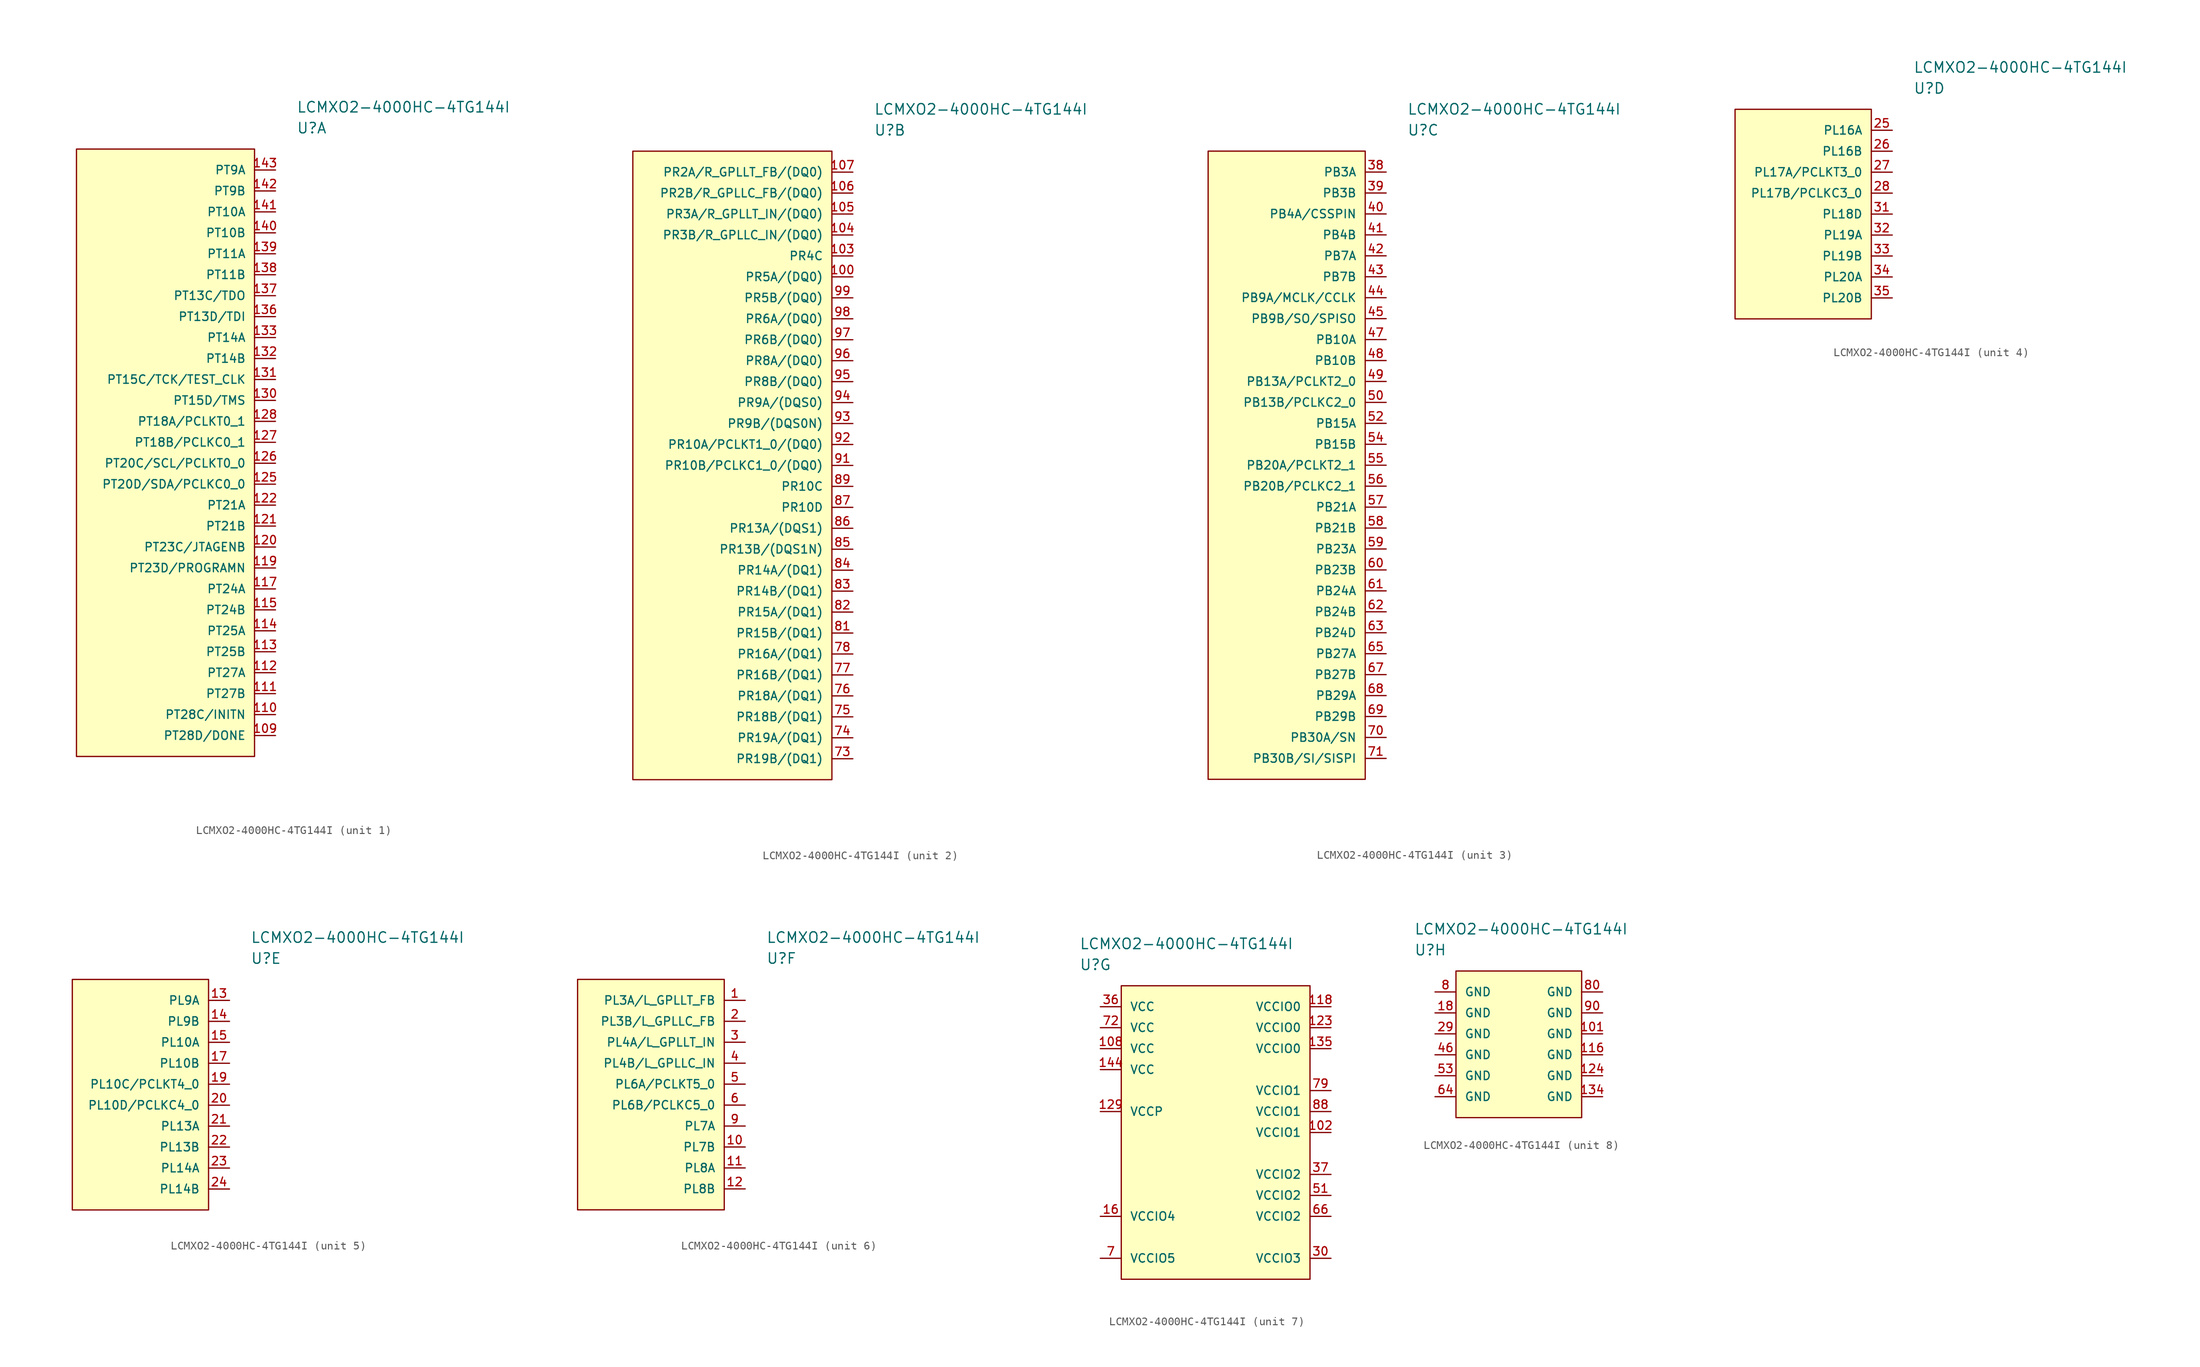
<source format=kicad_sym>
(kicad_symbol_lib
  (version 20220126)
  (generator kicad_symbol_editor)
  (symbol "LCMXO2-4000HC-4TG144I"
    (pin_names
      (offset 1.016))
    (property "Reference" "U"
      (at 0 5.08 0)
      (effects (font (size 1.27 1.27)) (justify left)))
    (property "Value" "LCMXO2-4000HC-4TG144I"
      (at 0 7.62 0)
      (effects (font (size 1.27 1.27)) (justify left)))
    (property "ki_locked" ""
      (at 0 0 0)
      (effects (font (size 1.27 1.27))))
    (symbol "LCMXO2-4000HC-4TG144I_1_1"
      (rectangle (start -26.67 2.54) (end -5.08 -71.12) (stroke (width 0) (type default)) (fill (type background)))
      (pin bidirectional line (at -2.54 -68.58 180) (length 2.54) (name "PT28D/DONE" (effects (font (size 1.016 1.016)))) (number "109" (effects (font (size 1.016 1.016)))))
      (pin bidirectional line (at -2.54 -66.04 180) (length 2.54) (name "PT28C/INITN" (effects (font (size 1.016 1.016)))) (number "110" (effects (font (size 1.016 1.016)))))
      (pin bidirectional line (at -2.54 -63.5 180) (length 2.54) (name "PT27B" (effects (font (size 1.016 1.016)))) (number "111" (effects (font (size 1.016 1.016)))))
      (pin bidirectional line (at -2.54 -60.96 180) (length 2.54) (name "PT27A" (effects (font (size 1.016 1.016)))) (number "112" (effects (font (size 1.016 1.016)))))
      (pin bidirectional line (at -2.54 -58.42 180) (length 2.54) (name "PT25B" (effects (font (size 1.016 1.016)))) (number "113" (effects (font (size 1.016 1.016)))))
      (pin bidirectional line (at -2.54 -55.88 180) (length 2.54) (name "PT25A" (effects (font (size 1.016 1.016)))) (number "114" (effects (font (size 1.016 1.016)))))
      (pin bidirectional line (at -2.54 -53.34 180) (length 2.54) (name "PT24B" (effects (font (size 1.016 1.016)))) (number "115" (effects (font (size 1.016 1.016)))))
      (pin bidirectional line (at -2.54 -50.8 180) (length 2.54) (name "PT24A" (effects (font (size 1.016 1.016)))) (number "117" (effects (font (size 1.016 1.016)))))
      (pin bidirectional line (at -2.54 -48.26 180) (length 2.54) (name "PT23D/PROGRAMN" (effects (font (size 1.016 1.016)))) (number "119" (effects (font (size 1.016 1.016)))))
      (pin bidirectional line (at -2.54 -45.72 180) (length 2.54) (name "PT23C/JTAGENB" (effects (font (size 1.016 1.016)))) (number "120" (effects (font (size 1.016 1.016)))))
      (pin bidirectional line (at -2.54 -43.18 180) (length 2.54) (name "PT21B" (effects (font (size 1.016 1.016)))) (number "121" (effects (font (size 1.016 1.016)))))
      (pin bidirectional line (at -2.54 -40.64 180) (length 2.54) (name "PT21A" (effects (font (size 1.016 1.016)))) (number "122" (effects (font (size 1.016 1.016)))))
      (pin bidirectional line (at -2.54 -38.1 180) (length 2.54) (name "PT20D/SDA/PCLKC0_0" (effects (font (size 1.016 1.016)))) (number "125" (effects (font (size 1.016 1.016)))))
      (pin bidirectional line (at -2.54 -35.56 180) (length 2.54) (name "PT20C/SCL/PCLKT0_0" (effects (font (size 1.016 1.016)))) (number "126" (effects (font (size 1.016 1.016)))))
      (pin bidirectional line (at -2.54 -33.02 180) (length 2.54) (name "PT18B/PCLKC0_1" (effects (font (size 1.016 1.016)))) (number "127" (effects (font (size 1.016 1.016)))))
      (pin bidirectional line (at -2.54 -30.48 180) (length 2.54) (name "PT18A/PCLKT0_1" (effects (font (size 1.016 1.016)))) (number "128" (effects (font (size 1.016 1.016)))))
      (pin bidirectional line (at -2.54 -27.94 180) (length 2.54) (name "PT15D/TMS" (effects (font (size 1.016 1.016)))) (number "130" (effects (font (size 1.016 1.016)))))
      (pin bidirectional line (at -2.54 -25.4 180) (length 2.54) (name "PT15C/TCK/TEST_CLK" (effects (font (size 1.016 1.016)))) (number "131" (effects (font (size 1.016 1.016)))))
      (pin bidirectional line (at -2.54 -22.86 180) (length 2.54) (name "PT14B" (effects (font (size 1.016 1.016)))) (number "132" (effects (font (size 1.016 1.016)))))
      (pin bidirectional line (at -2.54 -20.32 180) (length 2.54) (name "PT14A" (effects (font (size 1.016 1.016)))) (number "133" (effects (font (size 1.016 1.016)))))
      (pin bidirectional line (at -2.54 -17.78 180) (length 2.54) (name "PT13D/TDI" (effects (font (size 1.016 1.016)))) (number "136" (effects (font (size 1.016 1.016)))))
      (pin bidirectional line (at -2.54 -15.24 180) (length 2.54) (name "PT13C/TDO" (effects (font (size 1.016 1.016)))) (number "137" (effects (font (size 1.016 1.016)))))
      (pin bidirectional line (at -2.54 -12.7 180) (length 2.54) (name "PT11B" (effects (font (size 1.016 1.016)))) (number "138" (effects (font (size 1.016 1.016)))))
      (pin bidirectional line (at -2.54 -10.16 180) (length 2.54) (name "PT11A" (effects (font (size 1.016 1.016)))) (number "139" (effects (font (size 1.016 1.016)))))
      (pin bidirectional line (at -2.54 -7.62 180) (length 2.54) (name "PT10B" (effects (font (size 1.016 1.016)))) (number "140" (effects (font (size 1.016 1.016)))))
      (pin bidirectional line (at -2.54 -5.08 180) (length 2.54) (name "PT10A" (effects (font (size 1.016 1.016)))) (number "141" (effects (font (size 1.016 1.016)))))
      (pin bidirectional line (at -2.54 -2.54 180) (length 2.54) (name "PT9B" (effects (font (size 1.016 1.016)))) (number "142" (effects (font (size 1.016 1.016)))))
      (pin bidirectional line (at -2.54 0 180) (length 2.54) (name "PT9A" (effects (font (size 1.016 1.016)))) (number "143" (effects (font (size 1.016 1.016))))))
    (symbol "LCMXO2-4000HC-4TG144I_2_1"
      (rectangle (start -29.21 2.54) (end -5.08 -73.66) (stroke (width 0) (type default)) (fill (type background)))
      (pin bidirectional line (at -2.54 -12.7 180) (length 2.54) (name "PR5A/(DQ0)" (effects (font (size 1.016 1.016)))) (number "100" (effects (font (size 1.016 1.016)))))
      (pin bidirectional line (at -2.54 -10.16 180) (length 2.54) (name "PR4C" (effects (font (size 1.016 1.016)))) (number "103" (effects (font (size 1.016 1.016)))))
      (pin bidirectional line (at -2.54 -7.62 180) (length 2.54) (name "PR3B/R_GPLLC_IN/(DQ0)" (effects (font (size 1.016 1.016)))) (number "104" (effects (font (size 1.016 1.016)))))
      (pin bidirectional line (at -2.54 -5.08 180) (length 2.54) (name "PR3A/R_GPLLT_IN/(DQ0)" (effects (font (size 1.016 1.016)))) (number "105" (effects (font (size 1.016 1.016)))))
      (pin bidirectional line (at -2.54 -2.54 180) (length 2.54) (name "PR2B/R_GPLLC_FB/(DQ0)" (effects (font (size 1.016 1.016)))) (number "106" (effects (font (size 1.016 1.016)))))
      (pin bidirectional line (at -2.54 0 180) (length 2.54) (name "PR2A/R_GPLLT_FB/(DQ0)" (effects (font (size 1.016 1.016)))) (number "107" (effects (font (size 1.016 1.016)))))
      (pin bidirectional line (at -2.54 -71.12 180) (length 2.54) (name "PR19B/(DQ1)" (effects (font (size 1.016 1.016)))) (number "73" (effects (font (size 1.016 1.016)))))
      (pin bidirectional line (at -2.54 -68.58 180) (length 2.54) (name "PR19A/(DQ1)" (effects (font (size 1.016 1.016)))) (number "74" (effects (font (size 1.016 1.016)))))
      (pin bidirectional line (at -2.54 -66.04 180) (length 2.54) (name "PR18B/(DQ1)" (effects (font (size 1.016 1.016)))) (number "75" (effects (font (size 1.016 1.016)))))
      (pin bidirectional line (at -2.54 -63.5 180) (length 2.54) (name "PR18A/(DQ1)" (effects (font (size 1.016 1.016)))) (number "76" (effects (font (size 1.016 1.016)))))
      (pin bidirectional line (at -2.54 -60.96 180) (length 2.54) (name "PR16B/(DQ1)" (effects (font (size 1.016 1.016)))) (number "77" (effects (font (size 1.016 1.016)))))
      (pin bidirectional line (at -2.54 -58.42 180) (length 2.54) (name "PR16A/(DQ1)" (effects (font (size 1.016 1.016)))) (number "78" (effects (font (size 1.016 1.016)))))
      (pin bidirectional line (at -2.54 -55.88 180) (length 2.54) (name "PR15B/(DQ1)" (effects (font (size 1.016 1.016)))) (number "81" (effects (font (size 1.016 1.016)))))
      (pin bidirectional line (at -2.54 -53.34 180) (length 2.54) (name "PR15A/(DQ1)" (effects (font (size 1.016 1.016)))) (number "82" (effects (font (size 1.016 1.016)))))
      (pin bidirectional line (at -2.54 -50.8 180) (length 2.54) (name "PR14B/(DQ1)" (effects (font (size 1.016 1.016)))) (number "83" (effects (font (size 1.016 1.016)))))
      (pin bidirectional line (at -2.54 -48.26 180) (length 2.54) (name "PR14A/(DQ1)" (effects (font (size 1.016 1.016)))) (number "84" (effects (font (size 1.016 1.016)))))
      (pin bidirectional line (at -2.54 -45.72 180) (length 2.54) (name "PR13B/(DQS1N)" (effects (font (size 1.016 1.016)))) (number "85" (effects (font (size 1.016 1.016)))))
      (pin bidirectional line (at -2.54 -43.18 180) (length 2.54) (name "PR13A/(DQS1)" (effects (font (size 1.016 1.016)))) (number "86" (effects (font (size 1.016 1.016)))))
      (pin bidirectional line (at -2.54 -40.64 180) (length 2.54) (name "PR10D" (effects (font (size 1.016 1.016)))) (number "87" (effects (font (size 1.016 1.016)))))
      (pin bidirectional line (at -2.54 -38.1 180) (length 2.54) (name "PR10C" (effects (font (size 1.016 1.016)))) (number "89" (effects (font (size 1.016 1.016)))))
      (pin bidirectional line (at -2.54 -35.56 180) (length 2.54) (name "PR10B/PCLKC1_0/(DQ0)" (effects (font (size 1.016 1.016)))) (number "91" (effects (font (size 1.016 1.016)))))
      (pin bidirectional line (at -2.54 -33.02 180) (length 2.54) (name "PR10A/PCLKT1_0/(DQ0)" (effects (font (size 1.016 1.016)))) (number "92" (effects (font (size 1.016 1.016)))))
      (pin bidirectional line (at -2.54 -30.48 180) (length 2.54) (name "PR9B/(DQS0N)" (effects (font (size 1.016 1.016)))) (number "93" (effects (font (size 1.016 1.016)))))
      (pin bidirectional line (at -2.54 -27.94 180) (length 2.54) (name "PR9A/(DQS0)" (effects (font (size 1.016 1.016)))) (number "94" (effects (font (size 1.016 1.016)))))
      (pin bidirectional line (at -2.54 -25.4 180) (length 2.54) (name "PR8B/(DQ0)" (effects (font (size 1.016 1.016)))) (number "95" (effects (font (size 1.016 1.016)))))
      (pin bidirectional line (at -2.54 -22.86 180) (length 2.54) (name "PR8A/(DQ0)" (effects (font (size 1.016 1.016)))) (number "96" (effects (font (size 1.016 1.016)))))
      (pin bidirectional line (at -2.54 -20.32 180) (length 2.54) (name "PR6B/(DQ0)" (effects (font (size 1.016 1.016)))) (number "97" (effects (font (size 1.016 1.016)))))
      (pin bidirectional line (at -2.54 -17.78 180) (length 2.54) (name "PR6A/(DQ0)" (effects (font (size 1.016 1.016)))) (number "98" (effects (font (size 1.016 1.016)))))
      (pin bidirectional line (at -2.54 -15.24 180) (length 2.54) (name "PR5B/(DQ0)" (effects (font (size 1.016 1.016)))) (number "99" (effects (font (size 1.016 1.016))))))
    (symbol "LCMXO2-4000HC-4TG144I_3_1"
      (rectangle (start -24.13 2.54) (end -5.08 -73.66) (stroke (width 0) (type default)) (fill (type background)))
      (pin bidirectional line (at -2.54 0 180) (length 2.54) (name "PB3A" (effects (font (size 1.016 1.016)))) (number "38" (effects (font (size 1.016 1.016)))))
      (pin bidirectional line (at -2.54 -2.54 180) (length 2.54) (name "PB3B" (effects (font (size 1.016 1.016)))) (number "39" (effects (font (size 1.016 1.016)))))
      (pin bidirectional line (at -2.54 -5.08 180) (length 2.54) (name "PB4A/CSSPIN" (effects (font (size 1.016 1.016)))) (number "40" (effects (font (size 1.016 1.016)))))
      (pin bidirectional line (at -2.54 -7.62 180) (length 2.54) (name "PB4B" (effects (font (size 1.016 1.016)))) (number "41" (effects (font (size 1.016 1.016)))))
      (pin bidirectional line (at -2.54 -10.16 180) (length 2.54) (name "PB7A" (effects (font (size 1.016 1.016)))) (number "42" (effects (font (size 1.016 1.016)))))
      (pin bidirectional line (at -2.54 -12.7 180) (length 2.54) (name "PB7B" (effects (font (size 1.016 1.016)))) (number "43" (effects (font (size 1.016 1.016)))))
      (pin bidirectional line (at -2.54 -15.24 180) (length 2.54) (name "PB9A/MCLK/CCLK" (effects (font (size 1.016 1.016)))) (number "44" (effects (font (size 1.016 1.016)))))
      (pin bidirectional line (at -2.54 -17.78 180) (length 2.54) (name "PB9B/SO/SPISO" (effects (font (size 1.016 1.016)))) (number "45" (effects (font (size 1.016 1.016)))))
      (pin bidirectional line (at -2.54 -20.32 180) (length 2.54) (name "PB10A" (effects (font (size 1.016 1.016)))) (number "47" (effects (font (size 1.016 1.016)))))
      (pin bidirectional line (at -2.54 -22.86 180) (length 2.54) (name "PB10B" (effects (font (size 1.016 1.016)))) (number "48" (effects (font (size 1.016 1.016)))))
      (pin bidirectional line (at -2.54 -25.4 180) (length 2.54) (name "PB13A/PCLKT2_0" (effects (font (size 1.016 1.016)))) (number "49" (effects (font (size 1.016 1.016)))))
      (pin bidirectional line (at -2.54 -27.94 180) (length 2.54) (name "PB13B/PCLKC2_0" (effects (font (size 1.016 1.016)))) (number "50" (effects (font (size 1.016 1.016)))))
      (pin bidirectional line (at -2.54 -30.48 180) (length 2.54) (name "PB15A" (effects (font (size 1.016 1.016)))) (number "52" (effects (font (size 1.016 1.016)))))
      (pin bidirectional line (at -2.54 -33.02 180) (length 2.54) (name "PB15B" (effects (font (size 1.016 1.016)))) (number "54" (effects (font (size 1.016 1.016)))))
      (pin bidirectional line (at -2.54 -35.56 180) (length 2.54) (name "PB20A/PCLKT2_1" (effects (font (size 1.016 1.016)))) (number "55" (effects (font (size 1.016 1.016)))))
      (pin bidirectional line (at -2.54 -38.1 180) (length 2.54) (name "PB20B/PCLKC2_1" (effects (font (size 1.016 1.016)))) (number "56" (effects (font (size 1.016 1.016)))))
      (pin bidirectional line (at -2.54 -40.64 180) (length 2.54) (name "PB21A" (effects (font (size 1.016 1.016)))) (number "57" (effects (font (size 1.016 1.016)))))
      (pin bidirectional line (at -2.54 -43.18 180) (length 2.54) (name "PB21B" (effects (font (size 1.016 1.016)))) (number "58" (effects (font (size 1.016 1.016)))))
      (pin bidirectional line (at -2.54 -45.72 180) (length 2.54) (name "PB23A" (effects (font (size 1.016 1.016)))) (number "59" (effects (font (size 1.016 1.016)))))
      (pin bidirectional line (at -2.54 -48.26 180) (length 2.54) (name "PB23B" (effects (font (size 1.016 1.016)))) (number "60" (effects (font (size 1.016 1.016)))))
      (pin bidirectional line (at -2.54 -50.8 180) (length 2.54) (name "PB24A" (effects (font (size 1.016 1.016)))) (number "61" (effects (font (size 1.016 1.016)))))
      (pin bidirectional line (at -2.54 -53.34 180) (length 2.54) (name "PB24B" (effects (font (size 1.016 1.016)))) (number "62" (effects (font (size 1.016 1.016)))))
      (pin bidirectional line (at -2.54 -55.88 180) (length 2.54) (name "PB24D" (effects (font (size 1.016 1.016)))) (number "63" (effects (font (size 1.016 1.016)))))
      (pin bidirectional line (at -2.54 -58.42 180) (length 2.54) (name "PB27A" (effects (font (size 1.016 1.016)))) (number "65" (effects (font (size 1.016 1.016)))))
      (pin bidirectional line (at -2.54 -60.96 180) (length 2.54) (name "PB27B" (effects (font (size 1.016 1.016)))) (number "67" (effects (font (size 1.016 1.016)))))
      (pin bidirectional line (at -2.54 -63.5 180) (length 2.54) (name "PB29A" (effects (font (size 1.016 1.016)))) (number "68" (effects (font (size 1.016 1.016)))))
      (pin bidirectional line (at -2.54 -66.04 180) (length 2.54) (name "PB29B" (effects (font (size 1.016 1.016)))) (number "69" (effects (font (size 1.016 1.016)))))
      (pin bidirectional line (at -2.54 -68.58 180) (length 2.54) (name "PB30A/SN" (effects (font (size 1.016 1.016)))) (number "70" (effects (font (size 1.016 1.016)))))
      (pin bidirectional line (at -2.54 -71.12 180) (length 2.54) (name "PB30B/SI/SISPI" (effects (font (size 1.016 1.016)))) (number "71" (effects (font (size 1.016 1.016))))))
    (symbol "LCMXO2-4000HC-4TG144I_4_1"
      (rectangle (start -21.59 2.54) (end -5.08 -22.86) (stroke (width 0) (type default)) (fill (type background)))
      (pin bidirectional line (at -2.54 0 180) (length 2.54) (name "PL16A" (effects (font (size 1.016 1.016)))) (number "25" (effects (font (size 1.016 1.016)))))
      (pin bidirectional line (at -2.54 -2.54 180) (length 2.54) (name "PL16B" (effects (font (size 1.016 1.016)))) (number "26" (effects (font (size 1.016 1.016)))))
      (pin bidirectional line (at -2.54 -5.08 180) (length 2.54) (name "PL17A/PCLKT3_0" (effects (font (size 1.016 1.016)))) (number "27" (effects (font (size 1.016 1.016)))))
      (pin bidirectional line (at -2.54 -7.62 180) (length 2.54) (name "PL17B/PCLKC3_0" (effects (font (size 1.016 1.016)))) (number "28" (effects (font (size 1.016 1.016)))))
      (pin bidirectional line (at -2.54 -10.16 180) (length 2.54) (name "PL18D" (effects (font (size 1.016 1.016)))) (number "31" (effects (font (size 1.016 1.016)))))
      (pin bidirectional line (at -2.54 -12.7 180) (length 2.54) (name "PL19A" (effects (font (size 1.016 1.016)))) (number "32" (effects (font (size 1.016 1.016)))))
      (pin bidirectional line (at -2.54 -15.24 180) (length 2.54) (name "PL19B" (effects (font (size 1.016 1.016)))) (number "33" (effects (font (size 1.016 1.016)))))
      (pin bidirectional line (at -2.54 -17.78 180) (length 2.54) (name "PL20A" (effects (font (size 1.016 1.016)))) (number "34" (effects (font (size 1.016 1.016)))))
      (pin bidirectional line (at -2.54 -20.32 180) (length 2.54) (name "PL20B" (effects (font (size 1.016 1.016)))) (number "35" (effects (font (size 1.016 1.016))))))
    (symbol "LCMXO2-4000HC-4TG144I_5_1"
      (rectangle (start -21.59 2.54) (end -5.08 -25.4) (stroke (width 0) (type default)) (fill (type background)))
      (pin bidirectional line (at -2.54 0 180) (length 2.54) (name "PL9A" (effects (font (size 1.016 1.016)))) (number "13" (effects (font (size 1.016 1.016)))))
      (pin bidirectional line (at -2.54 -2.54 180) (length 2.54) (name "PL9B" (effects (font (size 1.016 1.016)))) (number "14" (effects (font (size 1.016 1.016)))))
      (pin bidirectional line (at -2.54 -5.08 180) (length 2.54) (name "PL10A" (effects (font (size 1.016 1.016)))) (number "15" (effects (font (size 1.016 1.016)))))
      (pin bidirectional line (at -2.54 -7.62 180) (length 2.54) (name "PL10B" (effects (font (size 1.016 1.016)))) (number "17" (effects (font (size 1.016 1.016)))))
      (pin bidirectional line (at -2.54 -10.16 180) (length 2.54) (name "PL10C/PCLKT4_0" (effects (font (size 1.016 1.016)))) (number "19" (effects (font (size 1.016 1.016)))))
      (pin bidirectional line (at -2.54 -12.7 180) (length 2.54) (name "PL10D/PCLKC4_0" (effects (font (size 1.016 1.016)))) (number "20" (effects (font (size 1.016 1.016)))))
      (pin bidirectional line (at -2.54 -15.24 180) (length 2.54) (name "PL13A" (effects (font (size 1.016 1.016)))) (number "21" (effects (font (size 1.016 1.016)))))
      (pin bidirectional line (at -2.54 -17.78 180) (length 2.54) (name "PL13B" (effects (font (size 1.016 1.016)))) (number "22" (effects (font (size 1.016 1.016)))))
      (pin bidirectional line (at -2.54 -20.32 180) (length 2.54) (name "PL14A" (effects (font (size 1.016 1.016)))) (number "23" (effects (font (size 1.016 1.016)))))
      (pin bidirectional line (at -2.54 -22.86 180) (length 2.54) (name "PL14B" (effects (font (size 1.016 1.016)))) (number "24" (effects (font (size 1.016 1.016))))))
    (symbol "LCMXO2-4000HC-4TG144I_6_1"
      (rectangle (start -22.86 2.54) (end -5.08 -25.4) (stroke (width 0) (type default)) (fill (type background)))
      (pin bidirectional line (at -2.54 0 180) (length 2.54) (name "PL3A/L_GPLLT_FB" (effects (font (size 1.016 1.016)))) (number "1" (effects (font (size 1.016 1.016)))))
      (pin bidirectional line (at -2.54 -17.78 180) (length 2.54) (name "PL7B" (effects (font (size 1.016 1.016)))) (number "10" (effects (font (size 1.016 1.016)))))
      (pin bidirectional line (at -2.54 -20.32 180) (length 2.54) (name "PL8A" (effects (font (size 1.016 1.016)))) (number "11" (effects (font (size 1.016 1.016)))))
      (pin bidirectional line (at -2.54 -22.86 180) (length 2.54) (name "PL8B" (effects (font (size 1.016 1.016)))) (number "12" (effects (font (size 1.016 1.016)))))
      (pin bidirectional line (at -2.54 -2.54 180) (length 2.54) (name "PL3B/L_GPLLC_FB" (effects (font (size 1.016 1.016)))) (number "2" (effects (font (size 1.016 1.016)))))
      (pin bidirectional line (at -2.54 -5.08 180) (length 2.54) (name "PL4A/L_GPLLT_IN" (effects (font (size 1.016 1.016)))) (number "3" (effects (font (size 1.016 1.016)))))
      (pin bidirectional line (at -2.54 -7.62 180) (length 2.54) (name "PL4B/L_GPLLC_IN" (effects (font (size 1.016 1.016)))) (number "4" (effects (font (size 1.016 1.016)))))
      (pin bidirectional line (at -2.54 -10.16 180) (length 2.54) (name "PL6A/PCLKT5_0" (effects (font (size 1.016 1.016)))) (number "5" (effects (font (size 1.016 1.016)))))
      (pin bidirectional line (at -2.54 -12.7 180) (length 2.54) (name "PL6B/PCLKC5_0" (effects (font (size 1.016 1.016)))) (number "6" (effects (font (size 1.016 1.016)))))
      (pin bidirectional line (at -2.54 -15.24 180) (length 2.54) (name "PL7A" (effects (font (size 1.016 1.016)))) (number "9" (effects (font (size 1.016 1.016))))))
    (symbol "LCMXO2-4000HC-4TG144I_7_1"
      (rectangle (start 5.08 2.54) (end 27.94 -33.02) (stroke (width 0) (type default)) (fill (type background)))
      (pin power_in line (at 30.48 -15.24 180) (length 2.54) (name "VCCIO1" (effects (font (size 1.016 1.016)))) (number "102" (effects (font (size 1.016 1.016)))))
      (pin power_in line (at 2.54 -5.08 0) (length 2.54) (name "VCC" (effects (font (size 1.016 1.016)))) (number "108" (effects (font (size 1.016 1.016)))))
      (pin power_in line (at 30.48 0 180) (length 2.54) (name "VCCIO0" (effects (font (size 1.016 1.016)))) (number "118" (effects (font (size 1.016 1.016)))))
      (pin power_in line (at 30.48 -2.54 180) (length 2.54) (name "VCCIO0" (effects (font (size 1.016 1.016)))) (number "123" (effects (font (size 1.016 1.016)))))
      (pin power_in line (at 2.54 -12.7 0) (length 2.54) (name "VCCP" (effects (font (size 1.016 1.016)))) (number "129" (effects (font (size 1.016 1.016)))))
      (pin power_in line (at 30.48 -5.08 180) (length 2.54) (name "VCCIO0" (effects (font (size 1.016 1.016)))) (number "135" (effects (font (size 1.016 1.016)))))
      (pin power_in line (at 2.54 -7.62 0) (length 2.54) (name "VCC" (effects (font (size 1.016 1.016)))) (number "144" (effects (font (size 1.016 1.016)))))
      (pin power_in line (at 2.54 -25.4 0) (length 2.54) (name "VCCIO4" (effects (font (size 1.016 1.016)))) (number "16" (effects (font (size 1.016 1.016)))))
      (pin power_in line (at 30.48 -30.48 180) (length 2.54) (name "VCCIO3" (effects (font (size 1.016 1.016)))) (number "30" (effects (font (size 1.016 1.016)))))
      (pin power_in line (at 2.54 0 0) (length 2.54) (name "VCC" (effects (font (size 1.016 1.016)))) (number "36" (effects (font (size 1.016 1.016)))))
      (pin power_in line (at 30.48 -20.32 180) (length 2.54) (name "VCCIO2" (effects (font (size 1.016 1.016)))) (number "37" (effects (font (size 1.016 1.016)))))
      (pin power_in line (at 30.48 -22.86 180) (length 2.54) (name "VCCIO2" (effects (font (size 1.016 1.016)))) (number "51" (effects (font (size 1.016 1.016)))))
      (pin power_in line (at 30.48 -25.4 180) (length 2.54) (name "VCCIO2" (effects (font (size 1.016 1.016)))) (number "66" (effects (font (size 1.016 1.016)))))
      (pin power_in line (at 2.54 -30.48 0) (length 2.54) (name "VCCIO5" (effects (font (size 1.016 1.016)))) (number "7" (effects (font (size 1.016 1.016)))))
      (pin power_in line (at 2.54 -2.54 0) (length 2.54) (name "VCC" (effects (font (size 1.016 1.016)))) (number "72" (effects (font (size 1.016 1.016)))))
      (pin power_in line (at 30.48 -10.16 180) (length 2.54) (name "VCCIO1" (effects (font (size 1.016 1.016)))) (number "79" (effects (font (size 1.016 1.016)))))
      (pin power_in line (at 30.48 -12.7 180) (length 2.54) (name "VCCIO1" (effects (font (size 1.016 1.016)))) (number "88" (effects (font (size 1.016 1.016))))))
    (symbol "LCMXO2-4000HC-4TG144I_8_1"
      (rectangle (start 5.08 2.54) (end 20.32 -15.24) (stroke (width 0) (type default)) (fill (type background)))
      (pin power_in line (at 22.86 -5.08 180) (length 2.54) (name "GND" (effects (font (size 1.016 1.016)))) (number "101" (effects (font (size 1.016 1.016)))))
      (pin power_in line (at 22.86 -7.62 180) (length 2.54) (name "GND" (effects (font (size 1.016 1.016)))) (number "116" (effects (font (size 1.016 1.016)))))
      (pin power_in line (at 22.86 -10.16 180) (length 2.54) (name "GND" (effects (font (size 1.016 1.016)))) (number "124" (effects (font (size 1.016 1.016)))))
      (pin power_in line (at 22.86 -12.7 180) (length 2.54) (name "GND" (effects (font (size 1.016 1.016)))) (number "134" (effects (font (size 1.016 1.016)))))
      (pin power_in line (at 2.54 -2.54 0) (length 2.54) (name "GND" (effects (font (size 1.016 1.016)))) (number "18" (effects (font (size 1.016 1.016)))))
      (pin power_in line (at 2.54 -5.08 0) (length 2.54) (name "GND" (effects (font (size 1.016 1.016)))) (number "29" (effects (font (size 1.016 1.016)))))
      (pin power_in line (at 2.54 -7.62 0) (length 2.54) (name "GND" (effects (font (size 1.016 1.016)))) (number "46" (effects (font (size 1.016 1.016)))))
      (pin power_in line (at 2.54 -10.16 0) (length 2.54) (name "GND" (effects (font (size 1.016 1.016)))) (number "53" (effects (font (size 1.016 1.016)))))
      (pin power_in line (at 2.54 -12.7 0) (length 2.54) (name "GND" (effects (font (size 1.016 1.016)))) (number "64" (effects (font (size 1.016 1.016)))))
      (pin power_in line (at 2.54 0 0) (length 2.54) (name "GND" (effects (font (size 1.016 1.016)))) (number "8" (effects (font (size 1.016 1.016)))))
      (pin power_in line (at 22.86 0 180) (length 2.54) (name "GND" (effects (font (size 1.016 1.016)))) (number "80" (effects (font (size 1.016 1.016)))))
      (pin power_in line (at 22.86 -2.54 180) (length 2.54) (name "GND" (effects (font (size 1.016 1.016)))) (number "90" (effects (font (size 1.016 1.016))))))))
</source>
